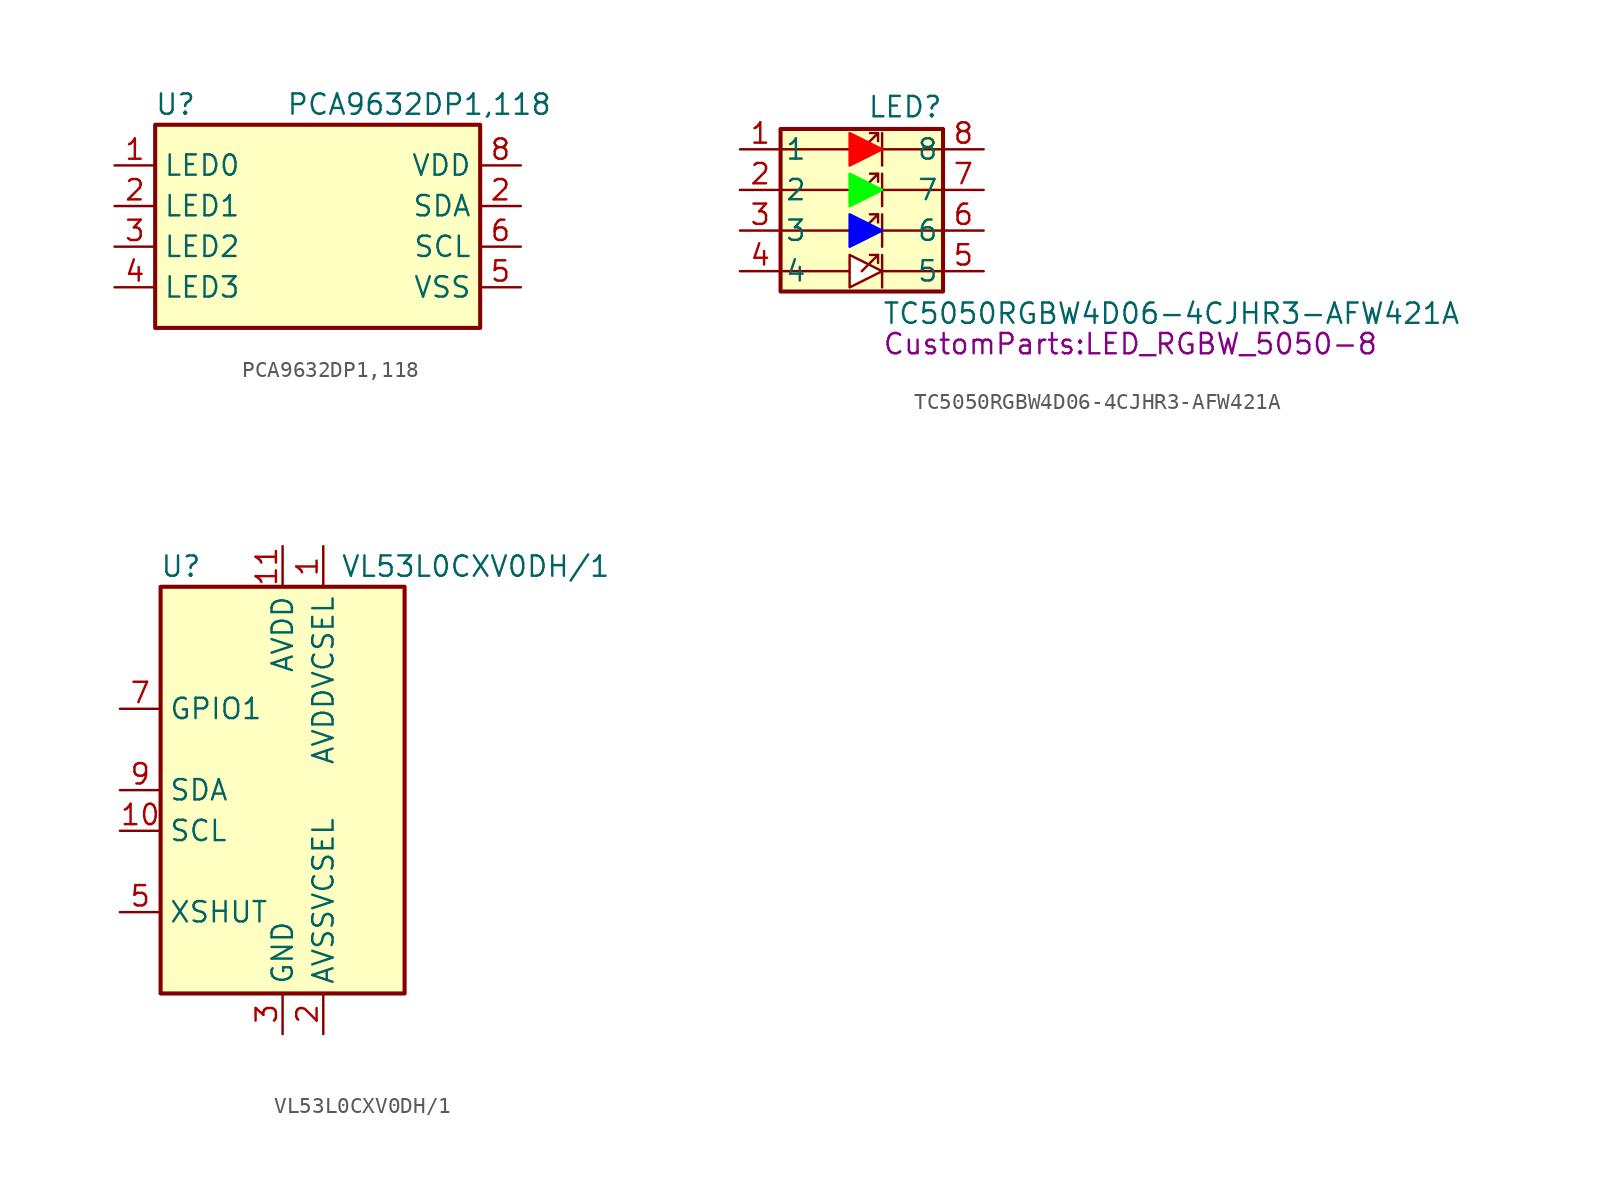
<source format=kicad_sym>
(kicad_symbol_lib
  (version 20220914)
  (generator kicad_symbol_editor)
  (symbol "PCA9632DP1,118"
    (property "Reference" "U"
      (at -8.89 7.62 0)
      (effects (font (size 1.27 1.27))))
    (property "Value" "PCA9632DP1,118"
      (at 6.35 7.62 0)
      (effects (font (size 1.27 1.27))))
    (symbol "PCA9632DP1,118_0_1"
      (rectangle (start -10.16 6.35) (end 10.16 -6.35) (stroke (width 0.254) (type default)) (fill (type background))))
    (symbol "PCA9632DP1,118_1_1"
      (pin open_emitter line (at -12.7 3.81 0) (length 2.54) (name "LED0" (effects (font (size 1.27 1.27)))) (number "1" (effects (font (size 1.27 1.27)))))
      (pin open_emitter line (at -12.7 1.27 0) (length 2.54) (name "LED1" (effects (font (size 1.27 1.27)))) (number "2" (effects (font (size 1.27 1.27)))))
      (pin bidirectional line (at 12.7 1.27 180) (length 2.54) (name "SDA" (effects (font (size 1.27 1.27)))) (number "2" (effects (font (size 1.27 1.27)))))
      (pin open_emitter line (at -12.7 -1.27 0) (length 2.54) (name "LED2" (effects (font (size 1.27 1.27)))) (number "3" (effects (font (size 1.27 1.27)))))
      (pin open_emitter line (at -12.7 -3.81 0) (length 2.54) (name "LED3" (effects (font (size 1.27 1.27)))) (number "4" (effects (font (size 1.27 1.27)))))
      (pin power_out line (at 12.7 -3.81 180) (length 2.54) (name "VSS" (effects (font (size 1.27 1.27)))) (number "5" (effects (font (size 1.27 1.27)))))
      (pin input line (at 12.7 -1.27 180) (length 2.54) (name "SCL" (effects (font (size 1.27 1.27)))) (number "6" (effects (font (size 1.27 1.27)))))
      (pin power_in line (at 12.7 3.81 180) (length 2.54) (name "VDD" (effects (font (size 1.27 1.27)))) (number "8" (effects (font (size 1.27 1.27)))))))
  (symbol "TC5050RGBW4D06-4CJHR3-AFW421A"
    (pin_names
      (offset 0.254))
    (property "Reference" "LED"
      (at 5.08 5.715 0)
      (effects (font (size 1.27 1.27)) (justify right bottom)))
    (property "Value" "TC5050RGBW4D06-4CJHR3-AFW421A"
      (at 1.27 -5.715 0)
      (effects (font (size 1.27 1.27)) (justify left top)))
    (property "Footprint" "CustomParts:LED_RGBW_5050-8"
      (at 1.27 -7.62 0)
      (effects (font (size 1.27 1.27)) (justify left top)))
    (symbol "TC5050RGBW4D06-4CJHR3-AFW421A_0_1"
      (rectangle (start -5.08 5.08) (end 5.08 -5.08) (stroke (width 0.254) (type default)) (fill (type background)))
      (polyline (pts (xy 1.016 -2.794) (xy 0.508 -2.794)) (stroke (width 0) (type default)) (fill (type none)))
      (polyline (pts (xy 1.016 -0.254) (xy 0.508 -0.254)) (stroke (width 0) (type default)) (fill (type none)))
      (polyline (pts (xy 1.016 2.286) (xy 0.508 2.286)) (stroke (width 0) (type default)) (fill (type none)))
      (polyline (pts (xy 1.016 4.826) (xy 0.508 4.826)) (stroke (width 0) (type default)) (fill (type none)))
      (polyline (pts (xy 1.27 -2.794) (xy 1.27 -4.826)) (stroke (width 0) (type default)) (fill (type none)))
      (polyline (pts (xy 1.27 -0.254) (xy 1.27 -2.286)) (stroke (width 0) (type default)) (fill (type none)))
      (polyline (pts (xy 1.27 2.286) (xy 1.27 0.254)) (stroke (width 0) (type default)) (fill (type none)))
      (polyline (pts (xy 1.27 4.826) (xy 1.27 2.794)) (stroke (width 0) (type default)) (fill (type none)))
      (polyline (pts (xy 5.08 -3.81) (xy 1.27 -3.81)) (stroke (width 0) (type default)) (fill (type none)))
      (polyline (pts (xy 5.08 -1.27) (xy 1.27 -1.27)) (stroke (width 0) (type default)) (fill (type none)))
      (polyline (pts (xy 5.08 1.27) (xy 1.27 1.27)) (stroke (width 0) (type default)) (fill (type none)))
      (polyline (pts (xy 5.08 3.81) (xy 1.27 3.81)) (stroke (width 0) (type default)) (fill (type none)))
      (polyline (pts (xy -5.08 -3.81) (xy -2.54 -3.81) (xy -0.823 -3.81)) (stroke (width 0) (type default)) (fill (type none)))
      (polyline (pts (xy -5.08 -1.27) (xy -2.54 -1.27) (xy -0.809 -1.27)) (stroke (width 0) (type default)) (fill (type none)))
      (polyline (pts (xy -5.08 1.27) (xy -2.54 1.27) (xy -0.837 1.27)) (stroke (width 0) (type default)) (fill (type none)))
      (polyline (pts (xy -5.08 3.81) (xy -0.812 3.81) (xy -1.27 3.81)) (stroke (width 0) (type default)) (fill (type none)))
      (polyline (pts (xy 0 -3.81) (xy 1.016 -2.794) (xy 1.016 -3.302)) (stroke (width 0) (type default)) (fill (type none)))
      (polyline (pts (xy 0 -1.27) (xy 1.016 -0.254) (xy 1.016 -0.762)) (stroke (width 0) (type default)) (fill (type none)))
      (polyline (pts (xy 0 1.27) (xy 1.016 2.286) (xy 1.016 1.778)) (stroke (width 0) (type default)) (fill (type none)))
      (polyline (pts (xy 0 3.81) (xy 1.016 4.826) (xy 1.016 4.318)) (stroke (width 0) (type default)) (fill (type none))))
    (symbol "TC5050RGBW4D06-4CJHR3-AFW421A_1_1"
      (polyline (pts (xy -0.762 -2.794) (xy -0.762 -4.826) (xy 1.27 -3.81) (xy -0.762 -2.794)) (stroke (width 0) (type default)) (fill (type color) (color 255 255 255 1)))
      (polyline (pts (xy -0.762 -0.254) (xy -0.762 -2.286) (xy 1.27 -1.27) (xy -0.762 -0.254)) (stroke (width 0) (type default) (color 0 0 255 1)) (fill (type outline)))
      (polyline (pts (xy -0.762 2.286) (xy -0.762 0.254) (xy 1.27 1.27) (xy -0.762 2.286)) (stroke (width 0) (type default) (color 0 255 0 1)) (fill (type outline)))
      (polyline (pts (xy -0.762 4.826) (xy -0.762 2.794) (xy 1.27 3.81) (xy -0.762 4.826)) (stroke (width 0) (type default) (color 255 0 0 1)) (fill (type outline)))
      (pin power_in line (at -7.62 3.81 0) (length 2.54) (name "1" (effects (font (size 1.27 1.27)))) (number "1" (effects (font (size 1.27 1.27)))))
      (pin power_in line (at -7.62 1.27 0) (length 2.54) (name "2" (effects (font (size 1.27 1.27)))) (number "2" (effects (font (size 1.27 1.27)))))
      (pin power_in line (at -7.62 -1.27 0) (length 2.54) (name "3" (effects (font (size 1.27 1.27)))) (number "3" (effects (font (size 1.27 1.27)))))
      (pin power_in line (at -7.62 -3.81 0) (length 2.54) (name "4" (effects (font (size 1.27 1.27)))) (number "4" (effects (font (size 1.27 1.27)))))
      (pin power_out line (at 7.62 -3.81 180) (length 2.54) (name "5" (effects (font (size 1.27 1.27)))) (number "5" (effects (font (size 1.27 1.27)))))
      (pin power_out line (at 7.62 -1.27 180) (length 2.54) (name "6" (effects (font (size 1.27 1.27)))) (number "6" (effects (font (size 1.27 1.27)))))
      (pin power_out line (at 7.62 1.27 180) (length 2.54) (name "7" (effects (font (size 1.27 1.27)))) (number "7" (effects (font (size 1.27 1.27)))))
      (pin power_out line (at 7.62 3.81 180) (length 2.54) (name "8" (effects (font (size 1.27 1.27)))) (number "8" (effects (font (size 1.27 1.27)))))))
  (symbol "VL53L0CXV0DH/1"
    (property "Reference" "U"
      (at -6.35 13.97 0)
      (effects (font (size 1.27 1.27))))
    (property "Value" "VL53L0CXV0DH/1"
      (at 12.065 13.97 0)
      (effects (font (size 1.27 1.27))))
    (symbol "VL53L0CXV0DH/1_0_1"
      (rectangle (start -7.62 12.7) (end 7.62 -12.7) (stroke (width 0.254) (type default)) (fill (type background))))
    (symbol "VL53L0CXV0DH/1_1_1"
      (pin power_in line (at 2.54 15.24 270) (length 2.54) (name "AVDDVCSEL" (effects (font (size 1.27 1.27)))) (number "1" (effects (font (size 1.27 1.27)))))
      (pin input line (at -10.16 -2.54 0) (length 2.54) (name "SCL" (effects (font (size 1.27 1.27)))) (number "10" (effects (font (size 1.27 1.27)))))
      (pin power_in line (at 0 15.24 270) (length 2.54) (name "AVDD" (effects (font (size 1.27 1.27)))) (number "11" (effects (font (size 1.27 1.27)))))
      (pin passive line (at 0 -15.24 90) (length 2.54) hide (name "GND" (effects (font (size 1.27 1.27)))) (number "12" (effects (font (size 1.27 1.27)))))
      (pin power_in line (at 2.54 -15.24 90) (length 2.54) (name "AVSSVCSEL" (effects (font (size 1.27 1.27)))) (number "2" (effects (font (size 1.27 1.27)))))
      (pin power_in line (at 0 -15.24 90) (length 2.54) (name "GND" (effects (font (size 1.27 1.27)))) (number "3" (effects (font (size 1.27 1.27)))))
      (pin passive line (at 0 -15.24 90) (length 2.54) hide (name "GND" (effects (font (size 1.27 1.27)))) (number "4" (effects (font (size 1.27 1.27)))))
      (pin input line (at -10.16 -7.62 0) (length 2.54) (name "XSHUT" (effects (font (size 1.27 1.27)))) (number "5" (effects (font (size 1.27 1.27)))))
      (pin passive line (at 0 -15.24 90) (length 2.54) hide (name "GND" (effects (font (size 1.27 1.27)))) (number "6" (effects (font (size 1.27 1.27)))))
      (pin open_collector line (at -10.16 5.08 0) (length 2.54) (name "GPIO1" (effects (font (size 1.27 1.27)))) (number "7" (effects (font (size 1.27 1.27)))))
      (pin no_connect line (at -7.62 7.62 0) (length 2.54) hide (name "DNC" (effects (font (size 1.27 1.27)))) (number "8" (effects (font (size 1.27 1.27)))))
      (pin bidirectional line (at -10.16 0 0) (length 2.54) (name "SDA" (effects (font (size 1.27 1.27)))) (number "9" (effects (font (size 1.27 1.27))))))))
</source>
